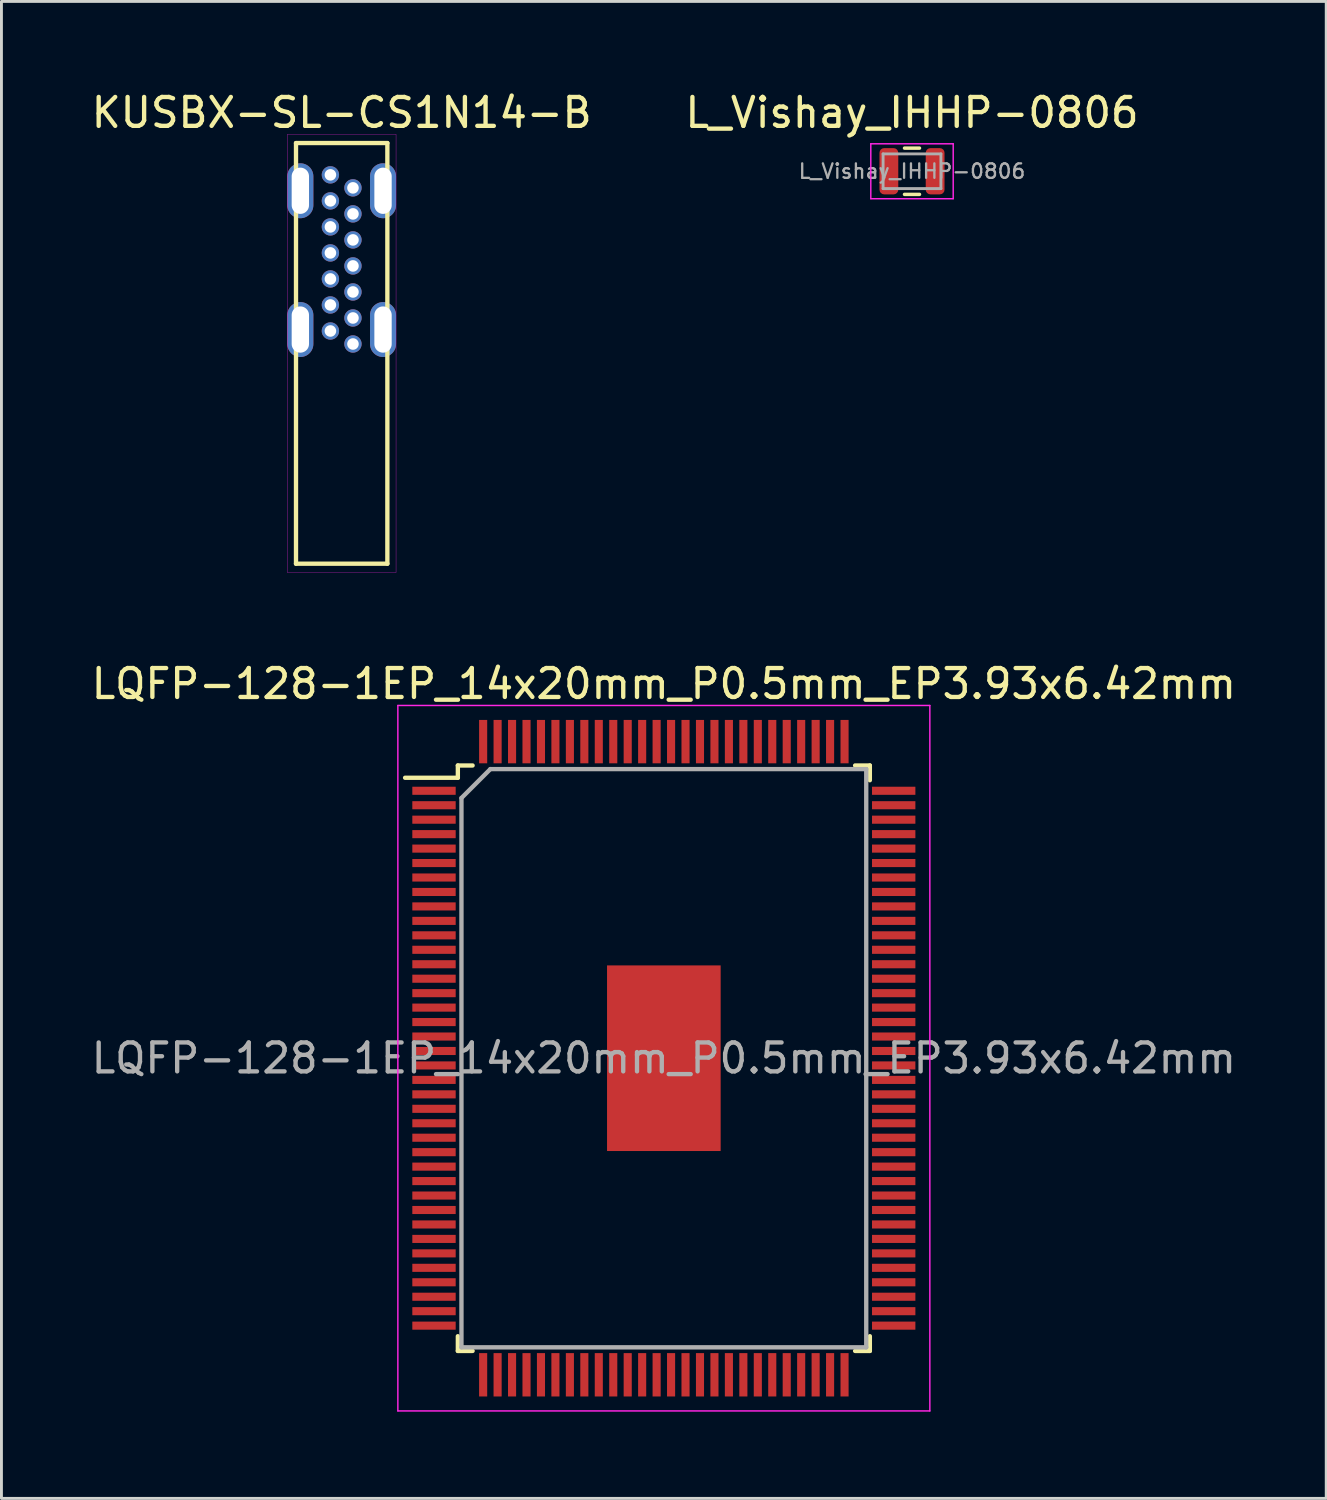
<source format=kicad_pcb>
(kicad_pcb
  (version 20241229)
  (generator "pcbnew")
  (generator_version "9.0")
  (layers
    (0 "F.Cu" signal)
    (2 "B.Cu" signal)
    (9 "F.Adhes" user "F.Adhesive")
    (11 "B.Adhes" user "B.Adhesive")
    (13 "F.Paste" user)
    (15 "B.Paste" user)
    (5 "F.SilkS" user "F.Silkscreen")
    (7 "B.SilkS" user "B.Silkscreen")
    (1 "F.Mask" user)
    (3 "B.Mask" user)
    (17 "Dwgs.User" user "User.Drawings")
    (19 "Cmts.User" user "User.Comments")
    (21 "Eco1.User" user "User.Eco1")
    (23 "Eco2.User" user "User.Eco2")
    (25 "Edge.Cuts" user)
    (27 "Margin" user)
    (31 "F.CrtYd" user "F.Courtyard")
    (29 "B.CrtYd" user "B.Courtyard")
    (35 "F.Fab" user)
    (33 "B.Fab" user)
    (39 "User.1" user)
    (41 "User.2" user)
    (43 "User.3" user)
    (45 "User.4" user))
  (footprint "LQFP-128-1EP_14x20mm_P0.5mm_EP3.93x6.42mm"
    (layer "F.Cu")
    (at 19.911 33.551)
    (property "Reference" "LQFP-128-1EP_14x20mm_P0.5mm_EP3.93x6.42mm" (at 0 -12.95 0) (layer "F.SilkS") (effects (font (size 1 1) (thickness 0.15))))
    (attr smd)
    (fp_line (start -7.125 -10.125) (end -7.125 -9.7) (stroke (width 0.15) (type solid)) (layer "F.SilkS"))
    (fp_line (start -7.125 -10.125) (end -6.615 -10.125) (stroke (width 0.15) (type solid)) (layer "F.SilkS"))
    (fp_line (start -7.125 -9.7) (end -8.95 -9.7) (stroke (width 0.15) (type solid)) (layer "F.SilkS"))
    (fp_line (start -7.125 10.125) (end -7.125 9.615) (stroke (width 0.15) (type solid)) (layer "F.SilkS"))
    (fp_line (start -7.125 10.125) (end -6.615 10.125) (stroke (width 0.15) (type solid)) (layer "F.SilkS"))
    (fp_line (start 7.125 -10.125) (end 6.615 -10.125) (stroke (width 0.15) (type solid)) (layer "F.SilkS"))
    (fp_line (start 7.125 -10.125) (end 7.125 -9.615) (stroke (width 0.15) (type solid)) (layer "F.SilkS"))
    (fp_line (start 7.125 10.125) (end 6.615 10.125) (stroke (width 0.15) (type solid)) (layer "F.SilkS"))
    (fp_line (start 7.125 10.125) (end 7.125 9.615) (stroke (width 0.15) (type solid)) (layer "F.SilkS"))
    (fp_line (start -9.2 -12.2) (end -9.2 12.2) (stroke (width 0.05) (type solid)) (layer "F.CrtYd"))
    (fp_line (start -9.2 -12.2) (end 9.2 -12.2) (stroke (width 0.05) (type solid)) (layer "F.CrtYd"))
    (fp_line (start -9.2 12.2) (end 9.2 12.2) (stroke (width 0.05) (type solid)) (layer "F.CrtYd"))
    (fp_line (start 9.2 -12.2) (end 9.2 12.2) (stroke (width 0.05) (type solid)) (layer "F.CrtYd"))
    (fp_line (start -7 -9) (end -6 -10) (stroke (width 0.15) (type solid)) (layer "F.Fab"))
    (fp_line (start -7 10) (end -7 -9) (stroke (width 0.15) (type solid)) (layer "F.Fab"))
    (fp_line (start -6 -10) (end 7 -10) (stroke (width 0.15) (type solid)) (layer "F.Fab"))
    (fp_line (start 7 -10) (end 7 10) (stroke (width 0.15) (type solid)) (layer "F.Fab"))
    (fp_line (start 7 10) (end -7 10) (stroke (width 0.15) (type solid)) (layer "F.Fab"))
    (fp_text user "${REFERENCE}" (at 0 0 0) (layer "F.Fab") (effects (font (size 1 1) (thickness 0.15))))
    (pad "" smd roundrect (at -0.875 -2) (size 1.25 1.5) (layers "F.Paste") (roundrect_rratio 0.25))
    (pad "" smd roundrect (at -0.875 0) (size 1.25 1.5) (layers "F.Paste") (roundrect_rratio 0.25))
    (pad "" smd roundrect (at -0.875 2) (size 1.25 1.5) (layers "F.Paste") (roundrect_rratio 0.25))
    (pad "" smd roundrect (at 0.875 -2) (size 1.25 1.5) (layers "F.Paste") (roundrect_rratio 0.25))
    (pad "" smd roundrect (at 0.875 0) (size 1.25 1.5) (layers "F.Paste") (roundrect_rratio 0.25))
    (pad "" smd roundrect (at 0.875 2) (size 1.25 1.5) (layers "F.Paste") (roundrect_rratio 0.25))
    (pad "1" smd rect (at -7.95 -9.25) (size 1.5 0.28) (layers "F.Cu" "F.Mask" "F.Paste"))
    (pad "2" smd rect (at -7.95 -8.75) (size 1.5 0.28) (layers "F.Cu" "F.Mask" "F.Paste"))
    (pad "3" smd rect (at -7.95 -8.25) (size 1.5 0.28) (layers "F.Cu" "F.Mask" "F.Paste"))
    (pad "4" smd rect (at -7.95 -7.75) (size 1.5 0.28) (layers "F.Cu" "F.Mask" "F.Paste"))
    (pad "5" smd rect (at -7.95 -7.25) (size 1.5 0.28) (layers "F.Cu" "F.Mask" "F.Paste"))
    (pad "6" smd rect (at -7.95 -6.75) (size 1.5 0.28) (layers "F.Cu" "F.Mask" "F.Paste"))
    (pad "7" smd rect (at -7.95 -6.25) (size 1.5 0.28) (layers "F.Cu" "F.Mask" "F.Paste"))
    (pad "8" smd rect (at -7.95 -5.75) (size 1.5 0.28) (layers "F.Cu" "F.Mask" "F.Paste"))
    (pad "9" smd rect (at -7.95 -5.25) (size 1.5 0.28) (layers "F.Cu" "F.Mask" "F.Paste"))
    (pad "10" smd rect (at -7.95 -4.75) (size 1.5 0.28) (layers "F.Cu" "F.Mask" "F.Paste"))
    (pad "11" smd rect (at -7.95 -4.25) (size 1.5 0.28) (layers "F.Cu" "F.Mask" "F.Paste"))
    (pad "12" smd rect (at -7.95 -3.75) (size 1.5 0.28) (layers "F.Cu" "F.Mask" "F.Paste"))
    (pad "13" smd rect (at -7.95 -3.25) (size 1.5 0.28) (layers "F.Cu" "F.Mask" "F.Paste"))
    (pad "14" smd rect (at -7.95 -2.75) (size 1.5 0.28) (layers "F.Cu" "F.Mask" "F.Paste"))
    (pad "15" smd rect (at -7.95 -2.25) (size 1.5 0.28) (layers "F.Cu" "F.Mask" "F.Paste"))
    (pad "16" smd rect (at -7.95 -1.75) (size 1.5 0.28) (layers "F.Cu" "F.Mask" "F.Paste"))
    (pad "17" smd rect (at -7.95 -1.25) (size 1.5 0.28) (layers "F.Cu" "F.Mask" "F.Paste"))
    (pad "18" smd rect (at -7.95 -0.75) (size 1.5 0.28) (layers "F.Cu" "F.Mask" "F.Paste"))
    (pad "19" smd rect (at -7.95 -0.25) (size 1.5 0.28) (layers "F.Cu" "F.Mask" "F.Paste"))
    (pad "20" smd rect (at -7.95 0.25) (size 1.5 0.28) (layers "F.Cu" "F.Mask" "F.Paste"))
    (pad "21" smd rect (at -7.95 0.75) (size 1.5 0.28) (layers "F.Cu" "F.Mask" "F.Paste"))
    (pad "22" smd rect (at -7.95 1.25) (size 1.5 0.28) (layers "F.Cu" "F.Mask" "F.Paste"))
    (pad "23" smd rect (at -7.95 1.75) (size 1.5 0.28) (layers "F.Cu" "F.Mask" "F.Paste"))
    (pad "24" smd rect (at -7.95 2.25) (size 1.5 0.28) (layers "F.Cu" "F.Mask" "F.Paste"))
    (pad "25" smd rect (at -7.95 2.75) (size 1.5 0.28) (layers "F.Cu" "F.Mask" "F.Paste"))
    (pad "26" smd rect (at -7.95 3.25) (size 1.5 0.28) (layers "F.Cu" "F.Mask" "F.Paste"))
    (pad "27" smd rect (at -7.95 3.75) (size 1.5 0.28) (layers "F.Cu" "F.Mask" "F.Paste"))
    (pad "28" smd rect (at -7.95 4.25) (size 1.5 0.28) (layers "F.Cu" "F.Mask" "F.Paste"))
    (pad "29" smd rect (at -7.95 4.75) (size 1.5 0.28) (layers "F.Cu" "F.Mask" "F.Paste"))
    (pad "30" smd rect (at -7.95 5.25) (size 1.5 0.28) (layers "F.Cu" "F.Mask" "F.Paste"))
    (pad "31" smd rect (at -7.95 5.75) (size 1.5 0.28) (layers "F.Cu" "F.Mask" "F.Paste"))
    (pad "32" smd rect (at -7.95 6.25) (size 1.5 0.28) (layers "F.Cu" "F.Mask" "F.Paste"))
    (pad "33" smd rect (at -7.95 6.75) (size 1.5 0.28) (layers "F.Cu" "F.Mask" "F.Paste"))
    (pad "34" smd rect (at -7.95 7.25) (size 1.5 0.28) (layers "F.Cu" "F.Mask" "F.Paste"))
    (pad "35" smd rect (at -7.95 7.75) (size 1.5 0.28) (layers "F.Cu" "F.Mask" "F.Paste"))
    (pad "36" smd rect (at -7.95 8.25) (size 1.5 0.28) (layers "F.Cu" "F.Mask" "F.Paste"))
    (pad "37" smd rect (at -7.95 8.75) (size 1.5 0.28) (layers "F.Cu" "F.Mask" "F.Paste"))
    (pad "38" smd rect (at -7.95 9.25) (size 1.5 0.28) (layers "F.Cu" "F.Mask" "F.Paste"))
    (pad "39" smd rect (at -6.25 10.95 90) (size 1.5 0.28) (layers "F.Cu" "F.Mask" "F.Paste"))
    (pad "40" smd rect (at -5.75 10.95 90) (size 1.5 0.28) (layers "F.Cu" "F.Mask" "F.Paste"))
    (pad "41" smd rect (at -5.25 10.95 90) (size 1.5 0.28) (layers "F.Cu" "F.Mask" "F.Paste"))
    (pad "42" smd rect (at -4.75 10.95 90) (size 1.5 0.28) (layers "F.Cu" "F.Mask" "F.Paste"))
    (pad "43" smd rect (at -4.25 10.95 90) (size 1.5 0.28) (layers "F.Cu" "F.Mask" "F.Paste"))
    (pad "44" smd rect (at -3.75 10.95 90) (size 1.5 0.28) (layers "F.Cu" "F.Mask" "F.Paste"))
    (pad "45" smd rect (at -3.25 10.95 90) (size 1.5 0.28) (layers "F.Cu" "F.Mask" "F.Paste"))
    (pad "46" smd rect (at -2.75 10.95 90) (size 1.5 0.28) (layers "F.Cu" "F.Mask" "F.Paste"))
    (pad "47" smd rect (at -2.25 10.95 90) (size 1.5 0.28) (layers "F.Cu" "F.Mask" "F.Paste"))
    (pad "48" smd rect (at -1.75 10.95 90) (size 1.5 0.28) (layers "F.Cu" "F.Mask" "F.Paste"))
    (pad "49" smd rect (at -1.25 10.95 90) (size 1.5 0.28) (layers "F.Cu" "F.Mask" "F.Paste"))
    (pad "50" smd rect (at -0.75 10.95 90) (size 1.5 0.28) (layers "F.Cu" "F.Mask" "F.Paste"))
    (pad "51" smd rect (at -0.25 10.95 90) (size 1.5 0.28) (layers "F.Cu" "F.Mask" "F.Paste"))
    (pad "52" smd rect (at 0.25 10.95 90) (size 1.5 0.28) (layers "F.Cu" "F.Mask" "F.Paste"))
    (pad "53" smd rect (at 0.75 10.95 90) (size 1.5 0.28) (layers "F.Cu" "F.Mask" "F.Paste"))
    (pad "54" smd rect (at 1.25 10.95 90) (size 1.5 0.28) (layers "F.Cu" "F.Mask" "F.Paste"))
    (pad "55" smd rect (at 1.75 10.95 90) (size 1.5 0.28) (layers "F.Cu" "F.Mask" "F.Paste"))
    (pad "56" smd rect (at 2.25 10.95 90) (size 1.5 0.28) (layers "F.Cu" "F.Mask" "F.Paste"))
    (pad "57" smd rect (at 2.75 10.95 90) (size 1.5 0.28) (layers "F.Cu" "F.Mask" "F.Paste"))
    (pad "58" smd rect (at 3.25 10.95 90) (size 1.5 0.28) (layers "F.Cu" "F.Mask" "F.Paste"))
    (pad "59" smd rect (at 3.75 10.95 90) (size 1.5 0.28) (layers "F.Cu" "F.Mask" "F.Paste"))
    (pad "60" smd rect (at 4.25 10.95 90) (size 1.5 0.28) (layers "F.Cu" "F.Mask" "F.Paste"))
    (pad "61" smd rect (at 4.75 10.95 90) (size 1.5 0.28) (layers "F.Cu" "F.Mask" "F.Paste"))
    (pad "62" smd rect (at 5.25 10.95 90) (size 1.5 0.28) (layers "F.Cu" "F.Mask" "F.Paste"))
    (pad "63" smd rect (at 5.75 10.95 90) (size 1.5 0.28) (layers "F.Cu" "F.Mask" "F.Paste"))
    (pad "64" smd rect (at 6.25 10.95 90) (size 1.5 0.28) (layers "F.Cu" "F.Mask" "F.Paste"))
    (pad "65" smd rect (at 7.95 9.25) (size 1.5 0.28) (layers "F.Cu" "F.Mask" "F.Paste"))
    (pad "66" smd rect (at 7.95 8.75) (size 1.5 0.28) (layers "F.Cu" "F.Mask" "F.Paste"))
    (pad "67" smd rect (at 7.95 8.25) (size 1.5 0.28) (layers "F.Cu" "F.Mask" "F.Paste"))
    (pad "68" smd rect (at 7.95 7.75) (size 1.5 0.28) (layers "F.Cu" "F.Mask" "F.Paste"))
    (pad "69" smd rect (at 7.95 7.25) (size 1.5 0.28) (layers "F.Cu" "F.Mask" "F.Paste"))
    (pad "70" smd rect (at 7.95 6.75) (size 1.5 0.28) (layers "F.Cu" "F.Mask" "F.Paste"))
    (pad "71" smd rect (at 7.95 6.25) (size 1.5 0.28) (layers "F.Cu" "F.Mask" "F.Paste"))
    (pad "72" smd rect (at 7.95 5.75) (size 1.5 0.28) (layers "F.Cu" "F.Mask" "F.Paste"))
    (pad "73" smd rect (at 7.95 5.25) (size 1.5 0.28) (layers "F.Cu" "F.Mask" "F.Paste"))
    (pad "74" smd rect (at 7.95 4.75) (size 1.5 0.28) (layers "F.Cu" "F.Mask" "F.Paste"))
    (pad "75" smd rect (at 7.95 4.25) (size 1.5 0.28) (layers "F.Cu" "F.Mask" "F.Paste"))
    (pad "76" smd rect (at 7.95 3.75) (size 1.5 0.28) (layers "F.Cu" "F.Mask" "F.Paste"))
    (pad "77" smd rect (at 7.95 3.25) (size 1.5 0.28) (layers "F.Cu" "F.Mask" "F.Paste"))
    (pad "78" smd rect (at 7.95 2.75) (size 1.5 0.28) (layers "F.Cu" "F.Mask" "F.Paste"))
    (pad "79" smd rect (at 7.95 2.25) (size 1.5 0.28) (layers "F.Cu" "F.Mask" "F.Paste"))
    (pad "80" smd rect (at 7.95 1.75) (size 1.5 0.28) (layers "F.Cu" "F.Mask" "F.Paste"))
    (pad "81" smd rect (at 7.95 1.25) (size 1.5 0.28) (layers "F.Cu" "F.Mask" "F.Paste"))
    (pad "82" smd rect (at 7.95 0.75) (size 1.5 0.28) (layers "F.Cu" "F.Mask" "F.Paste"))
    (pad "83" smd rect (at 7.95 0.25) (size 1.5 0.28) (layers "F.Cu" "F.Mask" "F.Paste"))
    (pad "84" smd rect (at 7.95 -0.25) (size 1.5 0.28) (layers "F.Cu" "F.Mask" "F.Paste"))
    (pad "85" smd rect (at 7.95 -0.75) (size 1.5 0.28) (layers "F.Cu" "F.Mask" "F.Paste"))
    (pad "86" smd rect (at 7.95 -1.25) (size 1.5 0.28) (layers "F.Cu" "F.Mask" "F.Paste"))
    (pad "87" smd rect (at 7.95 -1.75) (size 1.5 0.28) (layers "F.Cu" "F.Mask" "F.Paste"))
    (pad "88" smd rect (at 7.95 -2.25) (size 1.5 0.28) (layers "F.Cu" "F.Mask" "F.Paste"))
    (pad "89" smd rect (at 7.95 -2.75) (size 1.5 0.28) (layers "F.Cu" "F.Mask" "F.Paste"))
    (pad "90" smd rect (at 7.95 -3.25) (size 1.5 0.28) (layers "F.Cu" "F.Mask" "F.Paste"))
    (pad "91" smd rect (at 7.95 -3.75) (size 1.5 0.28) (layers "F.Cu" "F.Mask" "F.Paste"))
    (pad "92" smd rect (at 7.95 -4.25) (size 1.5 0.28) (layers "F.Cu" "F.Mask" "F.Paste"))
    (pad "93" smd rect (at 7.95 -4.75) (size 1.5 0.28) (layers "F.Cu" "F.Mask" "F.Paste"))
    (pad "94" smd rect (at 7.95 -5.25) (size 1.5 0.28) (layers "F.Cu" "F.Mask" "F.Paste"))
    (pad "95" smd rect (at 7.95 -5.75) (size 1.5 0.28) (layers "F.Cu" "F.Mask" "F.Paste"))
    (pad "96" smd rect (at 7.95 -6.25) (size 1.5 0.28) (layers "F.Cu" "F.Mask" "F.Paste"))
    (pad "97" smd rect (at 7.95 -6.75) (size 1.5 0.28) (layers "F.Cu" "F.Mask" "F.Paste"))
    (pad "98" smd rect (at 7.95 -7.25) (size 1.5 0.28) (layers "F.Cu" "F.Mask" "F.Paste"))
    (pad "99" smd rect (at 7.95 -7.75) (size 1.5 0.28) (layers "F.Cu" "F.Mask" "F.Paste"))
    (pad "100" smd rect (at 7.95 -8.25) (size 1.5 0.28) (layers "F.Cu" "F.Mask" "F.Paste"))
    (pad "101" smd rect (at 7.95 -8.75) (size 1.5 0.28) (layers "F.Cu" "F.Mask" "F.Paste"))
    (pad "102" smd rect (at 7.95 -9.25) (size 1.5 0.28) (layers "F.Cu" "F.Mask" "F.Paste"))
    (pad "103" smd rect (at 6.25 -10.95 90) (size 1.5 0.28) (layers "F.Cu" "F.Mask" "F.Paste"))
    (pad "104" smd rect (at 5.75 -10.95 90) (size 1.5 0.28) (layers "F.Cu" "F.Mask" "F.Paste"))
    (pad "105" smd rect (at 5.25 -10.95 90) (size 1.5 0.28) (layers "F.Cu" "F.Mask" "F.Paste"))
    (pad "106" smd rect (at 4.75 -10.95 90) (size 1.5 0.28) (layers "F.Cu" "F.Mask" "F.Paste"))
    (pad "107" smd rect (at 4.25 -10.95 90) (size 1.5 0.28) (layers "F.Cu" "F.Mask" "F.Paste"))
    (pad "108" smd rect (at 3.75 -10.95 90) (size 1.5 0.28) (layers "F.Cu" "F.Mask" "F.Paste"))
    (pad "109" smd rect (at 3.25 -10.95 90) (size 1.5 0.28) (layers "F.Cu" "F.Mask" "F.Paste"))
    (pad "110" smd rect (at 2.75 -10.95 90) (size 1.5 0.28) (layers "F.Cu" "F.Mask" "F.Paste"))
    (pad "111" smd rect (at 2.25 -10.95 90) (size 1.5 0.28) (layers "F.Cu" "F.Mask" "F.Paste"))
    (pad "112" smd rect (at 1.75 -10.95 90) (size 1.5 0.28) (layers "F.Cu" "F.Mask" "F.Paste"))
    (pad "113" smd rect (at 1.25 -10.95 90) (size 1.5 0.28) (layers "F.Cu" "F.Mask" "F.Paste"))
    (pad "114" smd rect (at 0.75 -10.95 90) (size 1.5 0.28) (layers "F.Cu" "F.Mask" "F.Paste"))
    (pad "115" smd rect (at 0.25 -10.95 90) (size 1.5 0.28) (layers "F.Cu" "F.Mask" "F.Paste"))
    (pad "116" smd rect (at -0.25 -10.95 90) (size 1.5 0.28) (layers "F.Cu" "F.Mask" "F.Paste"))
    (pad "117" smd rect (at -0.75 -10.95 90) (size 1.5 0.28) (layers "F.Cu" "F.Mask" "F.Paste"))
    (pad "118" smd rect (at -1.25 -10.95 90) (size 1.5 0.28) (layers "F.Cu" "F.Mask" "F.Paste"))
    (pad "119" smd rect (at -1.75 -10.95 90) (size 1.5 0.28) (layers "F.Cu" "F.Mask" "F.Paste"))
    (pad "120" smd rect (at -2.25 -10.95 90) (size 1.5 0.28) (layers "F.Cu" "F.Mask" "F.Paste"))
    (pad "121" smd rect (at -2.75 -10.95 90) (size 1.5 0.28) (layers "F.Cu" "F.Mask" "F.Paste"))
    (pad "122" smd rect (at -3.25 -10.95 90) (size 1.5 0.28) (layers "F.Cu" "F.Mask" "F.Paste"))
    (pad "123" smd rect (at -3.75 -10.95 90) (size 1.5 0.28) (layers "F.Cu" "F.Mask" "F.Paste"))
    (pad "124" smd rect (at -4.25 -10.95 90) (size 1.5 0.28) (layers "F.Cu" "F.Mask" "F.Paste"))
    (pad "125" smd rect (at -4.75 -10.95 90) (size 1.5 0.28) (layers "F.Cu" "F.Mask" "F.Paste"))
    (pad "126" smd rect (at -5.25 -10.95 90) (size 1.5 0.28) (layers "F.Cu" "F.Mask" "F.Paste"))
    (pad "127" smd rect (at -5.75 -10.95 90) (size 1.5 0.28) (layers "F.Cu" "F.Mask" "F.Paste"))
    (pad "128" smd rect (at -6.25 -10.95 90) (size 1.5 0.28) (layers "F.Cu" "F.Mask" "F.Paste"))
    (pad "EP" smd rect (at 0 0) (size 3.93 6.42) (layers "F.Cu" "F.Mask")))
  (footprint "L_Vishay_IHHP-0806"
    (layer "F.Cu")
    (at 28.494 2.873)
    (property "Reference" "L_Vishay_IHHP-0806" (at 0 -2.025 0) (layer "F.SilkS") (effects (font (size 1 1) (thickness 0.15))))
    (attr smd)
    (fp_line (start -0.259 -0.8) (end 0.259 -0.8) (stroke (width 0.12) (type solid)) (layer "F.SilkS"))
    (fp_line (start -0.259 0.8) (end 0.259 0.8) (stroke (width 0.12) (type solid)) (layer "F.SilkS"))
    (fp_line (start -1.425 -0.95) (end 1.425 -0.95) (stroke (width 0.05) (type solid)) (layer "F.CrtYd"))
    (fp_line (start -1.425 0.95) (end -1.425 -0.95) (stroke (width 0.05) (type solid)) (layer "F.CrtYd"))
    (fp_line (start 1.425 -0.95) (end 1.425 0.95) (stroke (width 0.05) (type solid)) (layer "F.CrtYd"))
    (fp_line (start 1.425 0.95) (end -1.425 0.95) (stroke (width 0.05) (type solid)) (layer "F.CrtYd"))
    (fp_line (start -1 -0.6) (end 1 -0.6) (stroke (width 0.1) (type solid)) (layer "F.Fab"))
    (fp_line (start -1 0.6) (end -1 -0.6) (stroke (width 0.1) (type solid)) (layer "F.Fab"))
    (fp_line (start 1 -0.6) (end 1 0.6) (stroke (width 0.1) (type solid)) (layer "F.Fab"))
    (fp_line (start 1 0.6) (end -1 0.6) (stroke (width 0.1) (type solid)) (layer "F.Fab"))
    (fp_text user "${REFERENCE}" (at 0 0 0) (layer "F.Fab") (effects (font (size 0.5 0.5) (thickness 0.08))))
    (pad "1" smd roundrect (at -0.8 0) (size 0.65 1.6) (layers "F.Cu" "F.Mask" "F.Paste") (roundrect_rratio 0.25))
    (pad "2" smd roundrect (at 0.8 0) (size 0.65 1.6) (layers "F.Cu" "F.Mask" "F.Paste") (roundrect_rratio 0.25)))
  (footprint "KUSBX-SL-CS1N14-B"
    (layer "F.Cu")
    (at 8.768 8.848)
    (property "Reference" "KUSBX-SL-CS1N14-B" (at 0 -8 0) (layer "F.SilkS") (effects (font (size 1 1) (thickness 0.15))))
    (attr through_hole)
    (fp_line (start -1.58 -6.95) (end -1.58 7.6) (stroke (width 0.15) (type solid)) (layer "F.SilkS"))
    (fp_line (start -1.58 -6.95) (end 1.58 -6.95) (stroke (width 0.15) (type solid)) (layer "F.SilkS"))
    (fp_line (start -1.58 7.6) (end 1.58 7.6) (stroke (width 0.15) (type solid)) (layer "F.SilkS"))
    (fp_line (start 1.58 7.6) (end 1.58 -6.95) (stroke (width 0.15) (type solid)) (layer "F.SilkS"))
    (fp_line (start -1.88 -7.25) (end -1.88 7.9) (stroke (width 0.01) (type solid)) (layer "F.CrtYd"))
    (fp_line (start -1.88 -7.25) (end 1.88 -7.25) (stroke (width 0.01) (type solid)) (layer "F.CrtYd"))
    (fp_line (start -1.88 7.9) (end 1.88 7.9) (stroke (width 0.01) (type solid)) (layer "F.CrtYd"))
    (fp_line (start 1.88 7.9) (end 1.88 -7.25) (stroke (width 0.01) (type solid)) (layer "F.CrtYd"))
    (pad "A1" thru_hole circle (at -0.39 -0.45) (size 0.6 0.6) (drill 0.4) (layers "*.Cu" "*.Mask"))
    (pad "A4" thru_hole circle (at -0.39 -1.35) (size 0.6 0.6) (drill 0.4) (layers "*.Cu" "*.Mask"))
    (pad "A5" thru_hole circle (at -0.39 -2.25) (size 0.6 0.6) (drill 0.4) (layers "*.Cu" "*.Mask"))
    (pad "A6" thru_hole circle (at -0.39 -3.15) (size 0.6 0.6) (drill 0.4) (layers "*.Cu" "*.Mask"))
    (pad "A7" thru_hole circle (at -0.39 -4.05) (size 0.6 0.6) (drill 0.4) (layers "*.Cu" "*.Mask"))
    (pad "A9" thru_hole circle (at -0.39 -4.95) (size 0.6 0.6) (drill 0.4) (layers "*.Cu" "*.Mask"))
    (pad "A12" thru_hole circle (at -0.39 -5.85) (size 0.6 0.6) (drill 0.4) (layers "*.Cu" "*.Mask"))
    (pad "B1" thru_hole circle (at 0.39 -5.4) (size 0.6 0.6) (drill 0.4) (layers "*.Cu" "*.Mask"))
    (pad "B4" thru_hole circle (at 0.39 -4.5) (size 0.6 0.6) (drill 0.4) (layers "*.Cu" "*.Mask"))
    (pad "B5" thru_hole circle (at 0.39 -3.6) (size 0.6 0.6) (drill 0.4) (layers "*.Cu" "*.Mask"))
    (pad "B6" thru_hole circle (at 0.39 -2.7) (size 0.6 0.6) (drill 0.4) (layers "*.Cu" "*.Mask"))
    (pad "B7" thru_hole circle (at 0.39 -1.8) (size 0.6 0.6) (drill 0.4) (layers "*.Cu" "*.Mask"))
    (pad "B9" thru_hole circle (at 0.39 -0.9) (size 0.6 0.6) (drill 0.4) (layers "*.Cu" "*.Mask"))
    (pad "B12" thru_hole circle (at 0.39 0) (size 0.6 0.6) (drill 0.4) (layers "*.Cu" "*.Mask"))
    (pad "SH" thru_hole oval (at -1.43 -5.3) (size 0.9 1.9) (drill oval 0.6 1.6) (layers "*.Cu" "*.Mask"))
    (pad "SH" thru_hole oval (at -1.43 -0.5) (size 0.9 1.9) (drill oval 0.6 1.6) (layers "*.Cu" "*.Mask"))
    (pad "SH" thru_hole oval (at 1.43 -5.3) (size 0.9 1.9) (drill oval 0.6 1.6) (layers "*.Cu" "*.Mask"))
    (pad "SH" thru_hole oval (at 1.43 -0.5) (size 0.9 1.9) (drill oval 0.6 1.6) (layers "*.Cu" "*.Mask")))
  (gr_rect
    (start -3 -3)
    (end 42.821 48.776)
    (stroke (width 0.1) (type default))
    (fill no)
    (layer "Edge.Cuts")))
</source>
